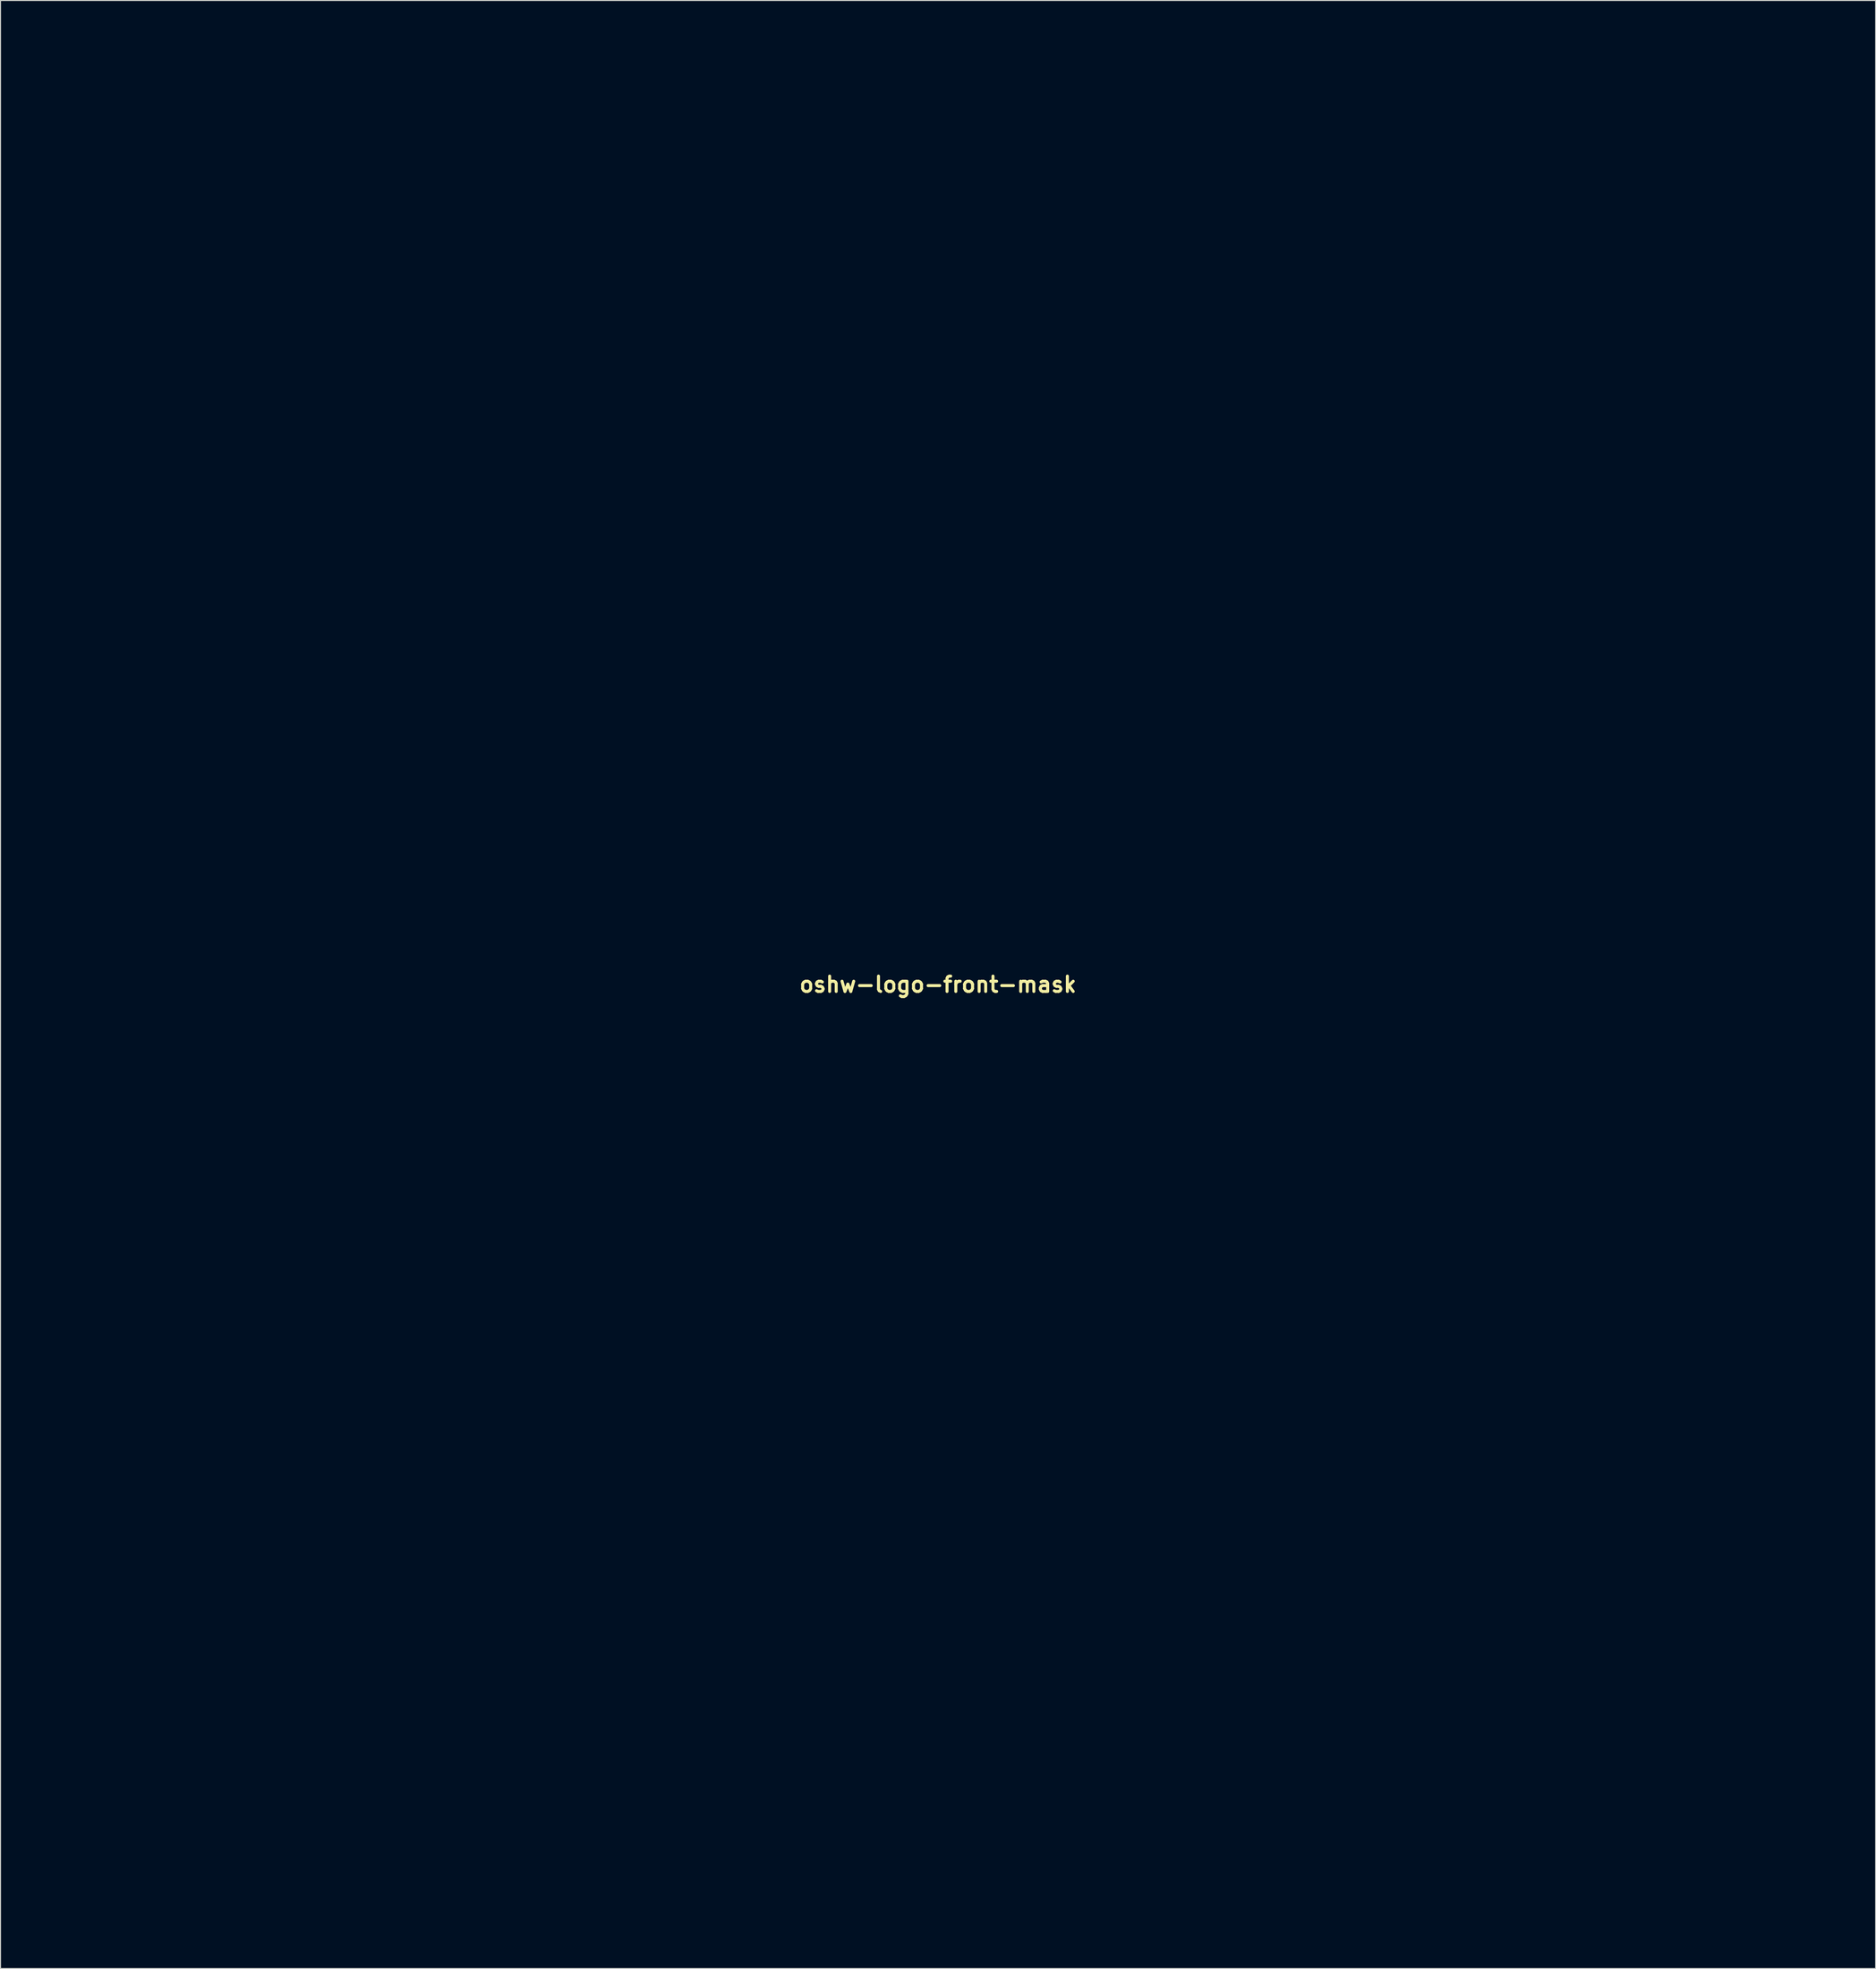
<source format=kicad_pcb>
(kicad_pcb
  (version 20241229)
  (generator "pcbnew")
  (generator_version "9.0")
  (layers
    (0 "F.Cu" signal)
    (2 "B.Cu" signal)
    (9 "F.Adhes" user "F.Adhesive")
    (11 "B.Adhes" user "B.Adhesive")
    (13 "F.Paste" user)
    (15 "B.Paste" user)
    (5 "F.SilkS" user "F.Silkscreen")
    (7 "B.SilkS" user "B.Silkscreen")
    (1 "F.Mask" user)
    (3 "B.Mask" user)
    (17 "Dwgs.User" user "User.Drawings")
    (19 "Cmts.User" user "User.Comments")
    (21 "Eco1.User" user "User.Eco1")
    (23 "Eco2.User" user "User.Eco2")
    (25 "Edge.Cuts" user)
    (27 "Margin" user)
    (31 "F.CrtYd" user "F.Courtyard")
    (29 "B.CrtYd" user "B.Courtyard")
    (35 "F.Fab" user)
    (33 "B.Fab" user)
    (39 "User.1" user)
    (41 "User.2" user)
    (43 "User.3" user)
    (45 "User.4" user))
  (footprint "oshw-logo-front-mask"
    (layer "F.Cu")
    (at 90.288 94.92)
    (property "Reference" "oshw-logo-front-mask" (at 0 0 0) (layer "F.SilkS") (effects (font (size 1.524 1.524) (thickness 0.3))))
    (attr through_hole)
    (fp_poly (pts (xy -24.295 75.601) (xy -22.739 76.153) (xy -22.649 76.206) (xy -21.486 76.916) (xy -22.969 78.674) (xy -23.895 79.726) (xy -24.507 80.274) (xy -24.907 80.384) (xy -25.198 80.122) (xy -25.207 80.108) (xy -25.835 79.681) (xy -26.845 79.53) (xy -27.964 79.672) (xy -28.577 79.905) (xy -29.287 80.361) (xy -29.822 80.96) (xy -30.206 81.8) (xy -30.461 82.98) (xy -30.611 84.596) (xy -30.679 86.747) (xy -30.692 88.712) (xy -30.692 94.544) (xy -34.572 94.544) (xy -34.572 75.494) (xy -32.632 75.494) (xy -31.52 75.518) (xy -30.942 75.639) (xy -30.723 75.936) (xy -30.692 76.366) (xy -30.692 77.237) (xy -29.408 76.366) (xy -27.913 75.714) (xy -26.114 75.457) (xy -24.295 75.601)) (stroke (width 0.01) (type solid)) (fill yes) (layer "F.Mask"))
    (fp_poly (pts (xy 56.229 45.808) (xy 57.924 46.291) (xy 58.688 46.74) (xy 59.01 47.039) (xy 59.049 47.373) (xy 58.747 47.897) (xy 58.048 48.767) (xy 57.858 48.992) (xy 56.373 50.754) (xy 55.193 50.192) (xy 53.727 49.844) (xy 52.329 50.161) (xy 51.142 51.105) (xy 51.012 51.269) (xy 50.744 51.68) (xy 50.546 52.167) (xy 50.403 52.841) (xy 50.304 53.816) (xy 50.235 55.203) (xy 50.183 57.114) (xy 50.154 58.586) (xy 50.037 64.911) (xy 46.214 64.911) (xy 46.214 45.861) (xy 48.154 45.861) (xy 49.265 45.883) (xy 49.843 46.003) (xy 50.062 46.302) (xy 50.094 46.769) (xy 50.094 47.676) (xy 51.022 46.946) (xy 52.54 46.142) (xy 54.354 45.76) (xy 56.229 45.808)) (stroke (width 0.01) (type solid)) (fill yes) (layer "F.Mask"))
    (fp_poly (pts (xy 44.565 75.513) (xy 45.198 75.616) (xy 45.458 75.87) (xy 45.508 76.344) (xy 45.508 76.366) (xy 45.508 77.237) (xy 46.792 76.366) (xy 47.946 75.764) (xy 49.256 75.517) (xy 49.979 75.494) (xy 51.408 75.604) (xy 52.713 75.894) (xy 53.722 76.306) (xy 54.264 76.781) (xy 54.313 76.976) (xy 54.085 77.477) (xy 53.515 78.287) (xy 52.973 78.943) (xy 51.648 80.45) (xy 50.515 79.885) (xy 49.051 79.504) (xy 47.651 79.81) (xy 46.523 80.656) (xy 46.227 80.998) (xy 46.008 81.378) (xy 45.852 81.902) (xy 45.745 82.68) (xy 45.674 83.821) (xy 45.624 85.431) (xy 45.582 87.621) (xy 45.575 88.046) (xy 45.465 94.544) (xy 41.275 94.544) (xy 41.275 75.494) (xy 43.392 75.494) (xy 44.565 75.513)) (stroke (width 0.01) (type solid)) (fill yes) (layer "F.Mask"))
    (fp_poly (pts (xy -25.02 45.886) (xy -23.232 46.558) (xy -21.724 47.683) (xy -20.687 49.158) (xy -20.484 49.698) (xy -20.333 50.412) (xy -20.227 51.403) (xy -20.159 52.772) (xy -20.122 54.621) (xy -20.109 57.052) (xy -20.108 57.644) (xy -20.108 64.911) (xy -23.932 64.911) (xy -24.049 58.586) (xy -24.097 56.299) (xy -24.154 54.606) (xy -24.233 53.393) (xy -24.348 52.549) (xy -24.51 51.961) (xy -24.734 51.517) (xy -24.907 51.269) (xy -26.049 50.264) (xy -27.437 49.851) (xy -28.896 50.081) (xy -28.943 50.101) (xy -29.692 50.463) (xy -30.259 50.91) (xy -30.671 51.542) (xy -30.956 52.457) (xy -31.142 53.755) (xy -31.257 55.534) (xy -31.328 57.893) (xy -31.343 58.633) (xy -31.466 64.911) (xy -35.278 64.911) (xy -35.278 45.861) (xy -33.337 45.861) (xy -32.227 45.883) (xy -31.649 46.003) (xy -31.43 46.302) (xy -31.397 46.769) (xy -31.397 47.676) (xy -30.469 46.946) (xy -28.798 46.044) (xy -26.929 45.703) (xy -25.02 45.886)) (stroke (width 0.01) (type solid)) (fill yes) (layer "F.Mask"))
    (fp_poly (pts (xy 31.044 52.058) (xy 31.057 54.509) (xy 31.108 56.363) (xy 31.218 57.727) (xy 31.406 58.71) (xy 31.692 59.419) (xy 32.097 59.963) (xy 32.585 60.405) (xy 33.633 60.881) (xy 34.948 61.006) (xy 36.172 60.755) (xy 36.356 60.667) (xy 36.942 60.263) (xy 37.384 59.699) (xy 37.701 58.879) (xy 37.911 57.709) (xy 38.034 56.091) (xy 38.09 53.932) (xy 38.1 52.052) (xy 38.1 45.861) (xy 42.333 45.861) (xy 42.333 64.911) (xy 40.217 64.911) (xy 39.028 64.883) (xy 38.386 64.764) (xy 38.132 64.507) (xy 38.1 64.254) (xy 38.052 63.896) (xy 37.804 63.825) (xy 37.202 64.059) (xy 36.453 64.43) (xy 34.441 65.115) (xy 32.354 65.136) (xy 31.135 64.87) (xy 29.712 64.138) (xy 28.438 62.909) (xy 27.504 61.391) (xy 27.216 60.562) (xy 27.076 59.638) (xy 26.959 58.143) (xy 26.872 56.213) (xy 26.821 53.981) (xy 26.811 52.408) (xy 26.811 45.861) (xy 31.044 45.861) (xy 31.044 52.058)) (stroke (width 0.01) (type solid)) (fill yes) (layer "F.Mask"))
    (fp_poly (pts (xy 69.031 45.927) (xy 71.343 46.824) (xy 71.7 47.024) (xy 73.006 47.837) (xy 73.713 48.463) (xy 73.857 49.028) (xy 73.472 49.658) (xy 72.648 50.429) (xy 71.087 51.774) (xy 70.105 50.948) (xy 68.687 50.136) (xy 67.116 49.844) (xy 65.577 50.053) (xy 64.254 50.745) (xy 63.483 51.619) (xy 62.797 53.283) (xy 62.534 55.17) (xy 62.678 57.069) (xy 63.218 58.766) (xy 64.015 59.933) (xy 65.245 60.711) (xy 66.766 60.994) (xy 68.358 60.773) (xy 69.601 60.181) (xy 70.452 59.636) (xy 71.056 59.314) (xy 71.189 59.276) (xy 71.568 59.503) (xy 72.268 60.074) (xy 72.788 60.541) (xy 73.562 61.287) (xy 73.881 61.748) (xy 73.814 62.116) (xy 73.494 62.508) (xy 71.865 63.824) (xy 69.816 64.727) (xy 67.631 65.12) (xy 66.306 65.142) (xy 65.146 65.067) (xy 64.556 64.955) (xy 62.309 63.934) (xy 60.596 62.5) (xy 59.394 60.621) (xy 58.684 58.266) (xy 58.445 55.399) (xy 58.445 55.333) (xy 58.478 53.692) (xy 58.614 52.488) (xy 58.905 51.454) (xy 59.401 50.325) (xy 59.423 50.281) (xy 60.74 48.323) (xy 62.462 46.882) (xy 64.487 45.983) (xy 66.711 45.656) (xy 69.031 45.927)) (stroke (width 0.01) (type solid)) (fill yes) (layer "F.Mask"))
    (fp_poly (pts (xy 2.97 88.358) (xy 7.084 75.494) (xy 10.177 75.494) (xy 12.244 81.933) (xy 14.311 88.371) (xy 16.056 81.933) (xy 17.8 75.494) (xy 20.05 75.494) (xy 21.332 75.535) (xy 22.001 75.669) (xy 22.144 75.916) (xy 22.137 75.935) (xy 21.971 76.429) (xy 21.629 77.477) (xy 21.148 78.964) (xy 20.565 80.773) (xy 19.919 82.786) (xy 19.246 84.887) (xy 18.584 86.959) (xy 17.971 88.885) (xy 17.443 90.547) (xy 17.039 91.83) (xy 16.881 92.34) (xy 16.199 94.544) (xy 12.416 94.544) (xy 11.699 92.163) (xy 11.291 90.802) (xy 10.761 89.03) (xy 10.189 87.112) (xy 9.816 85.856) (xy 8.649 81.931) (xy 7.146 86.915) (xy 6.58 88.802) (xy 6.056 90.557) (xy 5.625 92.017) (xy 5.335 93.019) (xy 5.278 93.222) (xy 5.037 93.983) (xy 4.721 94.376) (xy 4.121 94.523) (xy 3.027 94.544) (xy 1.105 94.544) (xy -1.231 87.224) (xy -1.957 84.95) (xy -2.646 82.792) (xy -3.255 80.881) (xy -3.745 79.346) (xy -4.072 78.317) (xy -4.128 78.14) (xy -4.479 77.049) (xy -4.758 76.206) (xy -4.852 75.935) (xy -4.738 75.681) (xy -4.105 75.541) (xy -2.864 75.495) (xy -2.764 75.494) (xy -0.514 75.494) (xy 2.97 88.358)) (stroke (width 0.01) (type solid)) (fill yes) (layer "F.Mask"))
    (fp_poly (pts (xy 64.442 75.759) (xy 66.225 76.431) (xy 66.722 76.738) (xy 68.171 78.063) (xy 69.19 79.742) (xy 69.826 81.878) (xy 70.083 83.877) (xy 70.307 86.783) (xy 58.161 86.783) (xy 58.39 87.577) (xy 59.034 88.931) (xy 60.027 90.099) (xy 60.712 90.59) (xy 61.884 90.897) (xy 63.337 90.843) (xy 64.77 90.464) (xy 65.655 89.986) (xy 66.465 89.528) (xy 67.187 89.532) (xy 67.989 90.046) (xy 68.792 90.843) (xy 69.674 91.792) (xy 68.36 92.933) (xy 66.442 94.151) (xy 64.234 94.807) (xy 61.888 94.885) (xy 59.56 94.369) (xy 58.537 93.927) (xy 56.884 92.866) (xy 55.68 91.537) (xy 54.886 89.852) (xy 54.463 87.722) (xy 54.374 85.057) (xy 54.398 84.314) (xy 54.505 83.256) (xy 58.258 83.256) (xy 62.114 83.256) (xy 63.668 83.24) (xy 64.922 83.196) (xy 65.734 83.132) (xy 65.969 83.068) (xy 65.846 82.648) (xy 65.542 81.859) (xy 65.478 81.703) (xy 64.619 80.406) (xy 63.451 79.628) (xy 62.129 79.361) (xy 60.808 79.594) (xy 59.643 80.318) (xy 58.79 81.525) (xy 58.58 82.109) (xy 58.258 83.256) (xy 54.505 83.256) (xy 54.658 81.727) (xy 55.224 79.692) (xy 56.153 78.103) (xy 57.5 76.853) (xy 58.705 76.13) (xy 60.42 75.588) (xy 62.419 75.471) (xy 64.442 75.759)) (stroke (width 0.01) (type solid)) (fill yes) (layer "F.Mask"))
    (fp_poly (pts (xy -80.19 46.02) (xy -78.238 46.832) (xy -76.62 48.231) (xy -76.039 48.977) (xy -75.583 49.66) (xy -75.274 50.281) (xy -75.077 51.001) (xy -74.96 51.985) (xy -74.888 53.394) (xy -74.847 54.755) (xy -74.836 57.204) (xy -74.984 59.097) (xy -75.331 60.571) (xy -75.916 61.767) (xy -76.778 62.823) (xy -77.254 63.278) (xy -79.12 64.507) (xy -81.275 65.155) (xy -83.575 65.196) (xy -85.505 64.746) (xy -87.198 63.813) (xy -88.676 62.392) (xy -89.72 60.698) (xy -89.808 60.482) (xy -90.07 59.587) (xy -90.224 58.469) (xy -90.283 56.972) (xy -90.273 56.194) (xy -86.377 56.194) (xy -86.067 58.183) (xy -85.352 59.677) (xy -84.253 60.637) (xy -82.788 61.024) (xy -82.55 61.031) (xy -81.339 60.879) (xy -80.392 60.318) (xy -80.084 60.03) (xy -79.2 58.654) (xy -78.76 56.755) (xy -78.771 54.362) (xy -78.837 53.749) (xy -79.317 51.987) (xy -80.172 50.724) (xy -81.278 49.96) (xy -82.512 49.695) (xy -83.749 49.93) (xy -84.867 50.663) (xy -85.741 51.896) (xy -86.247 53.628) (xy -86.263 53.749) (xy -86.377 56.194) (xy -90.273 56.194) (xy -90.259 54.941) (xy -90.253 54.755) (xy -90.194 52.941) (xy -90.113 51.669) (xy -89.977 50.777) (xy -89.752 50.102) (xy -89.404 49.48) (xy -89.061 48.977) (xy -87.556 47.328) (xy -85.749 46.281) (xy -83.564 45.8) (xy -82.55 45.757) (xy -80.19 46.02)) (stroke (width 0.01) (type solid)) (fill yes) (layer "F.Mask"))
    (fp_poly (pts (xy -6.703 94.544) (xy -8.643 94.544) (xy -9.771 94.511) (xy -10.358 94.373) (xy -10.568 94.075) (xy -10.583 93.887) (xy -10.631 93.529) (xy -10.879 93.459) (xy -11.481 93.692) (xy -12.231 94.063) (xy -14.155 94.72) (xy -16.167 94.861) (xy -18.012 94.473) (xy -18.175 94.406) (xy -19.619 93.442) (xy -20.817 92.027) (xy -21.578 90.407) (xy -21.709 89.818) (xy -21.792 88.835) (xy -21.841 87.354) (xy -21.85 85.583) (xy -21.842 85.131) (xy -17.638 85.131) (xy -17.547 87.287) (xy -17.241 88.838) (xy -16.672 89.862) (xy -15.794 90.439) (xy -14.558 90.648) (xy -14.353 90.653) (xy -13.292 90.573) (xy -12.453 90.363) (xy -12.372 90.325) (xy -11.588 89.512) (xy -11.059 88.069) (xy -10.795 86.024) (xy -10.764 84.82) (xy -10.937 82.6) (xy -11.454 80.985) (xy -12.329 79.961) (xy -13.577 79.51) (xy -15.069 79.589) (xy -16.149 79.984) (xy -16.905 80.756) (xy -17.376 81.989) (xy -17.603 83.768) (xy -17.638 85.131) (xy -21.842 85.131) (xy -21.821 83.868) (xy -21.755 81.996) (xy -21.667 80.675) (xy -21.528 79.751) (xy -21.31 79.069) (xy -20.988 78.473) (xy -20.82 78.221) (xy -19.453 76.723) (xy -17.795 75.838) (xy -15.775 75.535) (xy -15.037 75.555) (xy -13.296 75.797) (xy -12.019 76.303) (xy -11.715 76.501) (xy -10.583 77.306) (xy -10.583 68.086) (xy -6.703 68.086) (xy -6.703 94.544)) (stroke (width 0.01) (type solid)) (fill yes) (layer "F.Mask"))
    (fp_poly (pts (xy 18.554 46.038) (xy 20.493 46.893) (xy 21.64 47.833) (xy 22.494 48.764) (xy 23.091 49.65) (xy 23.477 50.646) (xy 23.695 51.908) (xy 23.791 53.592) (xy 23.81 55.386) (xy 23.797 57.297) (xy 23.742 58.664) (xy 23.624 59.647) (xy 23.42 60.409) (xy 23.109 61.109) (xy 23.022 61.275) (xy 21.715 63.011) (xy 19.967 64.289) (xy 17.914 65.054) (xy 15.692 65.255) (xy 13.675 64.913) (xy 11.677 63.971) (xy 10.02 62.516) (xy 9.3 61.509) (xy 8.799 60.508) (xy 8.479 59.435) (xy 8.286 58.05) (xy 8.201 56.865) (xy 8.176 54.827) (xy 12.401 54.827) (xy 12.446 57.168) (xy 12.82 58.914) (xy 13.546 60.108) (xy 14.65 60.792) (xy 15.981 61.007) (xy 17.041 60.856) (xy 17.941 60.528) (xy 18.761 59.923) (xy 19.308 59.032) (xy 19.623 57.731) (xy 19.749 55.899) (xy 19.756 55.199) (xy 19.738 53.714) (xy 19.653 52.734) (xy 19.449 52.056) (xy 19.077 51.479) (xy 18.726 51.07) (xy 17.935 50.319) (xy 17.132 49.988) (xy 16.088 49.918) (xy 14.886 50.027) (xy 14.014 50.443) (xy 13.502 50.896) (xy 13.012 51.45) (xy 12.707 52.041) (xy 12.532 52.864) (xy 12.433 54.115) (xy 12.401 54.827) (xy 8.176 54.827) (xy 8.167 54.073) (xy 8.436 51.82) (xy 9.034 49.992) (xy 9.988 48.478) (xy 10.293 48.127) (xy 11.754 46.849) (xy 13.383 46.09) (xy 15.37 45.773) (xy 16.228 45.753) (xy 18.554 46.038)) (stroke (width 0.01) (type solid)) (fill yes) (layer "F.Mask"))
    (fp_poly (pts (xy 84.454 45.889) (xy 86.657 46.729) (xy 88.331 48.017) (xy 89.488 49.771) (xy 90.142 52.009) (xy 90.311 54.263) (xy 90.311 57.15) (xy 78.622 57.15) (xy 78.859 57.944) (xy 79.654 59.578) (xy 80.897 60.673) (xy 81.331 60.884) (xy 82.411 61.259) (xy 83.332 61.327) (xy 84.344 61.065) (xy 85.69 60.453) (xy 87.557 59.523) (xy 88.825 60.791) (xy 89.56 61.55) (xy 89.853 62.015) (xy 89.765 62.39) (xy 89.409 62.817) (xy 88.115 63.814) (xy 86.362 64.583) (xy 84.372 65.072) (xy 82.369 65.229) (xy 80.576 65.001) (xy 80.35 64.934) (xy 78.216 63.896) (xy 76.539 62.336) (xy 75.375 60.309) (xy 75.111 59.544) (xy 74.894 58.309) (xy 74.787 56.632) (xy 74.787 54.769) (xy 74.866 53.435) (xy 78.669 53.435) (xy 78.998 53.51) (xy 79.891 53.571) (xy 81.203 53.611) (xy 82.55 53.622) (xy 84.109 53.606) (xy 85.37 53.563) (xy 86.188 53.5) (xy 86.431 53.435) (xy 86.307 53.015) (xy 86.003 52.226) (xy 85.939 52.069) (xy 85.045 50.707) (xy 83.767 49.927) (xy 82.55 49.742) (xy 81.005 50.054) (xy 79.813 50.971) (xy 79.161 52.069) (xy 78.836 52.895) (xy 78.674 53.4) (xy 78.669 53.435) (xy 74.866 53.435) (xy 74.893 52.974) (xy 75.1 51.503) (xy 75.206 51.079) (xy 75.812 49.789) (xy 76.819 48.404) (xy 77.252 47.929) (xy 79.074 46.512) (xy 81.122 45.76) (xy 83.35 45.685) (xy 84.454 45.889)) (stroke (width 0.01) (type solid)) (fill yes) (layer "F.Mask"))
    (fp_poly (pts (xy -43.38 46.131) (xy -42.333 46.58) (xy -40.754 47.631) (xy -39.593 49.022) (xy -38.8 50.848) (xy -38.326 53.201) (xy -38.212 54.346) (xy -37.995 57.15) (xy -50.142 57.15) (xy -49.905 57.944) (xy -49.11 59.578) (xy -47.866 60.673) (xy -47.433 60.884) (xy -46.353 61.259) (xy -45.432 61.327) (xy -44.42 61.065) (xy -43.074 60.453) (xy -41.207 59.523) (xy -39.939 60.791) (xy -39.204 61.55) (xy -38.91 62.015) (xy -38.999 62.39) (xy -39.355 62.817) (xy -40.648 63.814) (xy -42.402 64.583) (xy -44.392 65.072) (xy -46.395 65.229) (xy -48.188 65.001) (xy -48.414 64.934) (xy -50.497 63.914) (xy -52.181 62.375) (xy -52.832 61.441) (xy -53.244 60.694) (xy -53.52 60.01) (xy -53.685 59.22) (xy -53.768 58.157) (xy -53.796 56.65) (xy -53.799 55.562) (xy -53.783 53.68) (xy -53.771 53.435) (xy -50.094 53.435) (xy -49.765 53.51) (xy -48.873 53.571) (xy -47.56 53.611) (xy -46.214 53.622) (xy -44.655 53.606) (xy -43.394 53.563) (xy -42.576 53.5) (xy -42.333 53.435) (xy -42.457 53.015) (xy -42.761 52.226) (xy -42.825 52.069) (xy -43.719 50.707) (xy -44.997 49.927) (xy -46.214 49.742) (xy -47.758 50.054) (xy -48.951 50.971) (xy -49.603 52.069) (xy -49.928 52.895) (xy -50.09 53.4) (xy -50.094 53.435) (xy -53.771 53.435) (xy -53.72 52.337) (xy -53.588 51.367) (xy -53.365 50.606) (xy -53.027 49.887) (xy -53.026 49.885) (xy -51.643 47.983) (xy -49.878 46.623) (xy -47.841 45.839) (xy -45.639 45.664) (xy -43.38 46.131)) (stroke (width 0.01) (type solid)) (fill yes) (layer "F.Mask"))
    (fp_poly (pts (xy 0.004 45.861) (xy 2.038 46.222) (xy 3.821 46.834) (xy 5.164 47.675) (xy 5.412 47.922) (xy 5.673 48.325) (xy 5.607 48.763) (xy 5.152 49.427) (xy 4.759 49.903) (xy 3.582 51.299) (xy 1.879 50.526) (xy 0.026 49.871) (xy -1.641 49.628) (xy -3.022 49.781) (xy -4.02 50.312) (xy -4.537 51.205) (xy -4.586 51.664) (xy -4.406 52.279) (xy -3.81 52.742) (xy -2.718 53.087) (xy -1.045 53.343) (xy 0.079 53.451) (xy 2.243 53.783) (xy 3.856 54.403) (xy 5.037 55.374) (xy 5.752 56.451) (xy 6.187 57.875) (xy 6.258 59.546) (xy 5.981 61.164) (xy 5.419 62.368) (xy 4.213 63.493) (xy 2.507 64.362) (xy 0.473 64.937) (xy -1.716 65.176) (xy -3.889 65.038) (xy -4.956 64.804) (xy -6.724 64.135) (xy -8.364 63.216) (xy -9.595 62.206) (xy -9.631 62.167) (xy -9.935 61.755) (xy -9.918 61.373) (xy -9.507 60.838) (xy -8.868 60.196) (xy -7.516 58.876) (xy -5.651 60.035) (xy -4.414 60.727) (xy -3.34 61.077) (xy -2.053 61.195) (xy -1.578 61.201) (xy 0.236 61.03) (xy 1.442 60.503) (xy 2.042 59.62) (xy 2.117 59.048) (xy 2.014 58.473) (xy 1.634 58.046) (xy 0.87 57.721) (xy -0.385 57.452) (xy -2.237 57.195) (xy -4.714 56.729) (xy -6.567 55.989) (xy -7.835 54.935) (xy -8.56 53.53) (xy -8.782 51.735) (xy -8.747 50.991) (xy -8.365 49.164) (xy -7.502 47.785) (xy -6.062 46.713) (xy -5.709 46.529) (xy -4.058 45.991) (xy -2.091 45.776) (xy 0.004 45.861)) (stroke (width 0.01) (type solid)) (fill yes) (layer "F.Mask"))
    (fp_poly (pts (xy 30.593 75.555) (xy 32.753 75.76) (xy 34.368 76.18) (xy 35.583 76.88) (xy 36.54 77.923) (xy 36.801 78.317) (xy 37.059 78.772) (xy 37.254 79.272) (xy 37.399 79.921) (xy 37.503 80.821) (xy 37.577 82.078) (xy 37.632 83.795) (xy 37.678 86.076) (xy 37.694 87.048) (xy 37.817 94.544) (xy 35.666 94.544) (xy 34.422 94.504) (xy 33.75 94.362) (xy 33.519 94.087) (xy 33.514 94.02) (xy 33.407 93.741) (xy 32.991 93.843) (xy 32.367 94.196) (xy 30.9 94.745) (xy 29.092 94.918) (xy 27.198 94.716) (xy 25.471 94.144) (xy 25.389 94.103) (xy 23.72 92.937) (xy 22.671 91.435) (xy 22.238 89.591) (xy 22.225 89.166) (xy 22.293 88.655) (xy 26.111 88.655) (xy 26.393 89.781) (xy 27.236 90.536) (xy 28.663 90.933) (xy 29.859 91.006) (xy 31.478 90.844) (xy 32.439 90.396) (xy 33.081 89.484) (xy 33.406 88.279) (xy 33.607 86.783) (xy 30.64 86.783) (xy 28.633 86.877) (xy 27.25 87.173) (xy 26.431 87.696) (xy 26.118 88.471) (xy 26.111 88.655) (xy 22.293 88.655) (xy 22.503 87.078) (xy 23.33 85.417) (xy 24.644 84.235) (xy 25.357 83.86) (xy 26.169 83.608) (xy 27.254 83.447) (xy 28.788 83.345) (xy 29.722 83.308) (xy 33.514 83.178) (xy 33.514 81.982) (xy 33.307 80.746) (xy 32.643 79.932) (xy 31.456 79.491) (xy 29.921 79.375) (xy 28.539 79.435) (xy 27.635 79.652) (xy 26.99 80.079) (xy 26.981 80.087) (xy 26.223 80.799) (xy 24.55 79.521) (xy 22.877 78.243) (xy 23.662 77.407) (xy 24.972 76.403) (xy 26.693 75.787) (xy 28.905 75.535) (xy 30.593 75.555)) (stroke (width 0.01) (type solid)) (fill yes) (layer "F.Mask"))
    (fp_poly (pts (xy -44.945 75.475) (xy -42.974 75.791) (xy -41.622 76.288) (xy -40.72 76.785) (xy -40.019 77.314) (xy -39.492 77.966) (xy -39.113 78.837) (xy -38.853 80.019) (xy -38.687 81.605) (xy -38.587 83.689) (xy -38.527 86.365) (xy -38.516 87.048) (xy -38.403 94.544) (xy -40.544 94.544) (xy -41.758 94.511) (xy -42.416 94.383) (xy -42.667 94.122) (xy -42.686 93.961) (xy -42.749 93.602) (xy -43.046 93.719) (xy -43.423 94.044) (xy -44.112 94.452) (xy -45.18 94.701) (xy -46.686 94.826) (xy -48.197 94.847) (xy -49.297 94.712) (xy -50.275 94.372) (xy -50.779 94.125) (xy -52.331 93.099) (xy -53.299 91.864) (xy -53.795 90.246) (xy -53.895 89.346) (xy -53.918 88.446) (xy -50 88.446) (xy -49.979 89.357) (xy -49.395 90.142) (xy -48.32 90.717) (xy -46.825 91.001) (xy -46.327 91.017) (xy -45.071 90.949) (xy -44.238 90.688) (xy -43.552 90.151) (xy -42.824 88.992) (xy -42.686 88.034) (xy -42.686 86.783) (xy -45.685 86.783) (xy -47.224 86.809) (xy -48.233 86.908) (xy -48.886 87.113) (xy -49.357 87.458) (xy -49.389 87.489) (xy -50 88.446) (xy -53.918 88.446) (xy -53.928 88.037) (xy -53.758 87.115) (xy -53.321 86.272) (xy -53.212 86.11) (xy -52.389 85.022) (xy -51.567 84.268) (xy -50.587 83.783) (xy -49.29 83.499) (xy -47.518 83.35) (xy -46.547 83.31) (xy -42.686 83.178) (xy -42.686 81.825) (xy -42.881 80.661) (xy -43.515 79.9) (xy -44.663 79.489) (xy -46.245 79.375) (xy -47.741 79.482) (xy -48.777 79.839) (xy -49.115 80.067) (xy -49.994 80.758) (xy -51.455 79.683) (xy -52.452 78.852) (xy -52.853 78.199) (xy -52.698 77.6) (xy -52.286 77.15) (xy -50.937 76.323) (xy -49.128 75.757) (xy -47.063 75.469) (xy -44.945 75.475)) (stroke (width 0.01) (type solid)) (fill yes) (layer "F.Mask"))
    (fp_poly (pts (xy -61.571 45.824) (xy -59.732 46.396) (xy -58.354 47.402) (xy -57.264 48.971) (xy -57.219 49.057) (xy -56.905 49.706) (xy -56.688 50.335) (xy -56.554 51.082) (xy -56.487 52.085) (xy -56.475 53.484) (xy -56.502 55.415) (xy -56.513 55.978) (xy -56.564 58.075) (xy -56.631 59.592) (xy -56.73 60.654) (xy -56.879 61.388) (xy -57.093 61.918) (xy -57.359 62.328) (xy -58.9 63.886) (xy -60.706 64.849) (xy -62.662 65.198) (xy -64.651 64.911) (xy -66.463 64.03) (xy -67.733 63.168) (xy -67.733 77.237) (xy -66.449 76.366) (xy -65.449 75.819) (xy -64.349 75.555) (xy -63.041 75.494) (xy -60.817 75.774) (xy -59.013 76.602) (xy -57.656 77.964) (xy -57.184 78.776) (xy -56.93 79.353) (xy -56.742 79.962) (xy -56.609 80.716) (xy -56.523 81.726) (xy -56.473 83.105) (xy -56.45 84.965) (xy -56.444 87.419) (xy -56.444 94.544) (xy -60.256 94.544) (xy -60.381 88.283) (xy -60.45 85.723) (xy -60.56 83.773) (xy -60.739 82.336) (xy -61.019 81.316) (xy -61.428 80.619) (xy -61.996 80.147) (xy -62.751 79.804) (xy -63.002 79.718) (xy -63.951 79.508) (xy -64.806 79.65) (xy -65.531 79.964) (xy -66.247 80.391) (xy -66.789 80.941) (xy -67.179 81.714) (xy -67.443 82.806) (xy -67.604 84.315) (xy -67.686 86.34) (xy -67.713 88.812) (xy -67.733 94.544) (xy -71.614 94.544) (xy -71.614 55.587) (xy -67.632 55.587) (xy -67.454 57.589) (xy -66.892 59.201) (xy -65.978 60.347) (xy -64.744 60.953) (xy -64.029 61.031) (xy -62.787 60.798) (xy -61.768 60.058) (xy -61.041 58.907) (xy -60.602 57.331) (xy -60.447 55.532) (xy -60.573 53.714) (xy -60.976 52.078) (xy -61.653 50.825) (xy -61.931 50.535) (xy -63.192 49.801) (xy -64.464 49.709) (xy -65.64 50.206) (xy -66.612 51.238) (xy -67.275 52.752) (xy -67.393 53.269) (xy -67.632 55.587) (xy -71.614 55.587) (xy -71.614 45.861) (xy -69.674 45.861) (xy -68.563 45.883) (xy -67.985 46.003) (xy -67.766 46.302) (xy -67.733 46.769) (xy -67.733 47.676) (xy -66.805 46.946) (xy -65.083 46.027) (xy -63.07 45.694) (xy -61.571 45.824)) (stroke (width 0.01) (type solid)) (fill yes) (layer "F.Mask"))
    (fp_poly (pts (xy 1.685 -94.907) (xy 3.882 -94.878) (xy 5.884 -94.83) (xy 7.578 -94.761) (xy 8.851 -94.673) (xy 9.591 -94.565) (xy 9.729 -94.5) (xy 9.858 -94.057) (xy 10.093 -93.017) (xy 10.416 -91.477) (xy 10.805 -89.533) (xy 11.241 -87.282) (xy 11.65 -85.116) (xy 12.151 -82.507) (xy 12.624 -80.201) (xy 13.049 -78.283) (xy 13.408 -76.835) (xy 13.68 -75.942) (xy 13.806 -75.694) (xy 14.297 -75.412) (xy 15.313 -74.937) (xy 16.722 -74.321) (xy 18.392 -73.618) (xy 20.191 -72.882) (xy 21.988 -72.165) (xy 23.652 -71.52) (xy 25.051 -71.002) (xy 26.052 -70.663) (xy 26.506 -70.556) (xy 26.94 -70.748) (xy 27.87 -71.29) (xy 29.21 -72.128) (xy 30.877 -73.208) (xy 32.787 -74.477) (xy 34.548 -75.671) (xy 36.611 -77.062) (xy 38.518 -78.309) (xy 40.181 -79.358) (xy 41.513 -80.156) (xy 42.428 -80.648) (xy 42.81 -80.786) (xy 43.285 -80.582) (xy 44.119 -79.955) (xy 45.339 -78.883) (xy 46.97 -77.341) (xy 49.038 -75.308) (xy 50.019 -74.326) (xy 51.754 -72.565) (xy 53.312 -70.953) (xy 54.626 -69.561) (xy 55.63 -68.461) (xy 56.257 -67.723) (xy 56.444 -67.43) (xy 56.252 -67.033) (xy 55.709 -66.138) (xy 54.868 -64.825) (xy 53.782 -63.175) (xy 52.503 -61.27) (xy 51.135 -59.263) (xy 45.825 -51.533) (xy 48.699 -44.829) (xy 49.743 -42.454) (xy 50.643 -40.52) (xy 51.371 -39.086) (xy 51.898 -38.209) (xy 52.157 -37.945) (xy 52.657 -37.832) (xy 53.746 -37.609) (xy 55.323 -37.298) (xy 57.282 -36.919) (xy 59.522 -36.492) (xy 61.117 -36.191) (xy 63.469 -35.742) (xy 65.596 -35.326) (xy 67.397 -34.961) (xy 68.772 -34.668) (xy 69.622 -34.469) (xy 69.848 -34.397) (xy 69.961 -33.975) (xy 70.055 -32.886) (xy 70.127 -31.169) (xy 70.175 -28.864) (xy 70.2 -26.008) (xy 70.203 -24.525) (xy 70.203 -14.873) (xy 69.233 -14.674) (xy 68.592 -14.55) (xy 67.382 -14.323) (xy 65.728 -14.015) (xy 63.755 -13.651) (xy 61.587 -13.252) (xy 61.383 -13.215) (xy 59.179 -12.806) (xy 57.135 -12.418) (xy 55.382 -12.076) (xy 54.052 -11.806) (xy 53.277 -11.633) (xy 53.248 -11.626) (xy 52.822 -11.5) (xy 52.466 -11.313) (xy 52.132 -10.978) (xy 51.772 -10.408) (xy 51.336 -9.516) (xy 50.777 -8.214) (xy 50.046 -6.416) (xy 49.279 -4.499) (xy 48.464 -2.433) (xy 47.747 -0.573) (xy 47.167 0.976) (xy 46.763 2.108) (xy 46.575 2.718) (xy 46.567 2.778) (xy 46.759 3.196) (xy 47.299 4.103) (xy 48.128 5.411) (xy 49.191 7.031) (xy 50.43 8.874) (xy 51.127 9.894) (xy 52.74 12.243) (xy 53.994 14.081) (xy 54.93 15.479) (xy 55.588 16.508) (xy 56.009 17.239) (xy 56.235 17.741) (xy 56.304 18.087) (xy 56.259 18.347) (xy 56.14 18.592) (xy 56.13 18.609) (xy 55.794 19.019) (xy 55.027 19.85) (xy 53.9 21.026) (xy 52.485 22.473) (xy 50.855 24.118) (xy 49.435 25.534) (xy 47.167 27.758) (xy 45.361 29.47) (xy 44.003 30.681) (xy 43.084 31.402) (xy 42.59 31.643) (xy 42.544 31.636) (xy 42.11 31.383) (xy 41.185 30.789) (xy 39.859 29.912) (xy 38.223 28.811) (xy 36.364 27.547) (xy 35.308 26.823) (xy 33.37 25.497) (xy 31.609 24.304) (xy 30.114 23.302) (xy 28.973 22.552) (xy 28.274 22.113) (xy 28.113 22.026) (xy 27.616 22.108) (xy 26.658 22.48) (xy 25.389 23.076) (xy 24.305 23.643) (xy 22.534 24.556) (xy 21.31 25.066) (xy 20.606 25.182) (xy 20.495 25.143) (xy 20.248 24.753) (xy 19.774 23.79) (xy 19.106 22.33) (xy 18.277 20.454) (xy 17.319 18.239) (xy 16.265 15.766) (xy 15.147 13.113) (xy 13.998 10.358) (xy 12.852 7.582) (xy 11.739 4.861) (xy 10.694 2.276) (xy 9.749 -0.095) (xy 8.936 -2.172) (xy 8.288 -3.878) (xy 7.837 -5.133) (xy 7.618 -5.858) (xy 7.604 -5.997) (xy 7.981 -6.45) (xy 8.785 -7.11) (xy 9.735 -7.761) (xy 11.505 -9.08) (xy 13.345 -10.784) (xy 15.073 -12.678) (xy 16.507 -14.567) (xy 17.286 -15.874) (xy 18.603 -19.203) (xy 19.263 -22.571) (xy 19.308 -25.913) (xy 18.779 -29.162) (xy 17.717 -32.252) (xy 16.162 -35.116) (xy 14.156 -37.688) (xy 11.739 -39.901) (xy 8.953 -41.688) (xy 5.839 -42.985) (xy 2.438 -43.723) (xy 0 -43.872) (xy -3.577 -43.548) (xy -6.893 -42.622) (xy -9.908 -41.16) (xy -12.58 -39.228) (xy -14.868 -36.892) (xy -16.732 -34.219) (xy -18.13 -31.274) (xy -19.022 -28.125) (xy -19.366 -24.838) (xy -19.122 -21.478) (xy -18.249 -18.112) (xy -17.287 -15.878) (xy -16.18 -14.093) (xy -14.642 -12.163) (xy -12.858 -10.286) (xy -11.012 -8.662) (xy -9.752 -7.761) (xy -8.712 -7.047) (xy -7.935 -6.401) (xy -7.607 -5.997) (xy -7.699 -5.566) (xy -8.038 -4.566) (xy -8.591 -3.075) (xy -9.326 -1.174) (xy -10.209 1.061) (xy -11.208 3.548) (xy -12.29 6.211) (xy -13.423 8.969) (xy -14.575 11.745) (xy -15.712 14.459) (xy -16.802 17.031) (xy -17.812 19.385) (xy -18.709 21.44) (xy -19.462 23.117) (xy -20.037 24.339) (xy -20.402 25.025) (xy -20.495 25.143) (xy -21.05 25.141) (xy -22.119 24.748) (xy -23.727 23.954) (xy -24.305 23.643) (xy -25.71 22.918) (xy -26.919 22.369) (xy -27.781 22.06) (xy -28.113 22.026) (xy -28.535 22.273) (xy -29.449 22.863) (xy -30.764 23.736) (xy -32.393 24.833) (xy -34.246 26.095) (xy -35.308 26.823) (xy -37.248 28.15) (xy -39.015 29.346) (xy -40.519 30.35) (xy -41.67 31.104) (xy -42.379 31.547) (xy -42.545 31.636) (xy -42.954 31.484) (xy -43.779 30.862) (xy -45.035 29.758) (xy -46.734 28.161) (xy -48.89 26.059) (xy -49.763 25.193) (xy -51.538 23.41) (xy -53.137 21.773) (xy -54.492 20.353) (xy -55.539 19.218) (xy -56.211 18.439) (xy -56.444 18.088) (xy -56.252 17.681) (xy -55.71 16.78) (xy -54.874 15.469) (xy -53.799 13.833) (xy -52.538 11.956) (xy -51.506 10.444) (xy -50.142 8.441) (xy -48.922 6.614) (xy -47.901 5.048) (xy -47.134 3.827) (xy -46.676 3.038) (xy -46.567 2.779) (xy -46.693 2.319) (xy -47.044 1.311) (xy -47.583 -0.141) (xy -48.269 -1.931) (xy -49.063 -3.954) (xy -49.279 -4.499) (xy -50.189 -6.772) (xy -50.887 -8.477) (xy -51.421 -9.7) (xy -51.84 -10.53) (xy -52.192 -11.052) (xy -52.526 -11.355) (xy -52.891 -11.526) (xy -53.248 -11.628) (xy -53.837 -11.759) (xy -54.97 -11.989) (xy -56.528 -12.295) (xy -58.391 -12.656) (xy -60.44 -13.049) (xy -62.556 -13.451) (xy -64.621 -13.839) (xy -66.514 -14.192) (xy -68.118 -14.486) (xy -69.312 -14.698) (xy -69.978 -14.807) (xy -70.068 -14.817) (xy -70.135 -15.151) (xy -70.183 -16.082) (xy -70.214 -17.499) (xy -70.229 -19.293) (xy -70.229 -21.356) (xy -70.215 -23.577) (xy -70.189 -25.848) (xy -70.151 -28.06) (xy -70.103 -30.102) (xy -70.046 -31.866) (xy -69.982 -33.243) (xy -69.911 -34.122) (xy -69.848 -34.397) (xy -69.415 -34.521) (xy -68.387 -34.752) (xy -66.866 -35.07) (xy -64.95 -35.454) (xy -62.741 -35.883) (xy -61.117 -36.191) (xy -58.748 -36.639) (xy -56.591 -37.052) (xy -54.748 -37.411) (xy -53.323 -37.694) (xy -52.419 -37.883) (xy -52.157 -37.945) (xy -51.812 -38.335) (xy -51.243 -39.326) (xy -50.479 -40.863) (xy -49.548 -42.887) (xy -48.699 -44.829) (xy -45.825 -51.533) (xy -51.135 -59.263) (xy -52.55 -61.339) (xy -53.823 -63.238) (xy -54.901 -64.877) (xy -55.733 -66.177) (xy -56.265 -67.056) (xy -56.444 -67.43) (xy -56.205 -67.789) (xy -55.53 -68.573) (xy -54.487 -69.711) (xy -53.141 -71.132) (xy -51.559 -72.766) (xy -50.019 -74.326) (xy -47.816 -76.519) (xy -46.053 -78.222) (xy -44.695 -79.466) (xy -43.707 -80.285) (xy -43.054 -80.708) (xy -42.785 -80.786) (xy -42.261 -80.588) (xy -41.243 -80.027) (xy -39.809 -79.152) (xy -38.039 -78.011) (xy -36.01 -76.654) (xy -34.835 -75.849) (xy -32.819 -74.467) (xy -30.958 -73.218) (xy -29.343 -72.158) (xy -28.062 -71.345) (xy -27.207 -70.839) (xy -26.907 -70.697) (xy -26.363 -70.762) (xy -25.301 -71.057) (xy -23.851 -71.532) (xy -22.143 -72.137) (xy -20.309 -72.822) (xy -18.476 -73.538) (xy -16.777 -74.236) (xy -15.341 -74.866) (xy -14.298 -75.378) (xy -13.813 -75.687) (xy -13.618 -76.144) (xy -13.32 -77.206) (xy -12.943 -78.781) (xy -12.506 -80.78) (xy -12.03 -83.111) (xy -11.639 -85.138) (xy -11.173 -87.582) (xy -10.738 -89.803) (xy -10.354 -91.705) (xy -10.04 -93.192) (xy -9.818 -94.168) (xy -9.711 -94.529) (xy -9.298 -94.646) (xy -8.293 -94.742) (xy -6.807 -94.816) (xy -4.954 -94.87) (xy -2.846 -94.903) (xy -0.596 -94.915) (xy 1.685 -94.907)) (stroke (width 0.01) (type solid)) (fill yes) (layer "F.Mask")))
  (gr_rect
    (start -3 -3)
    (end 183.604 192.843)
    (stroke (width 0.1) (type default))
    (fill no)
    (layer "Edge.Cuts")))
</source>
